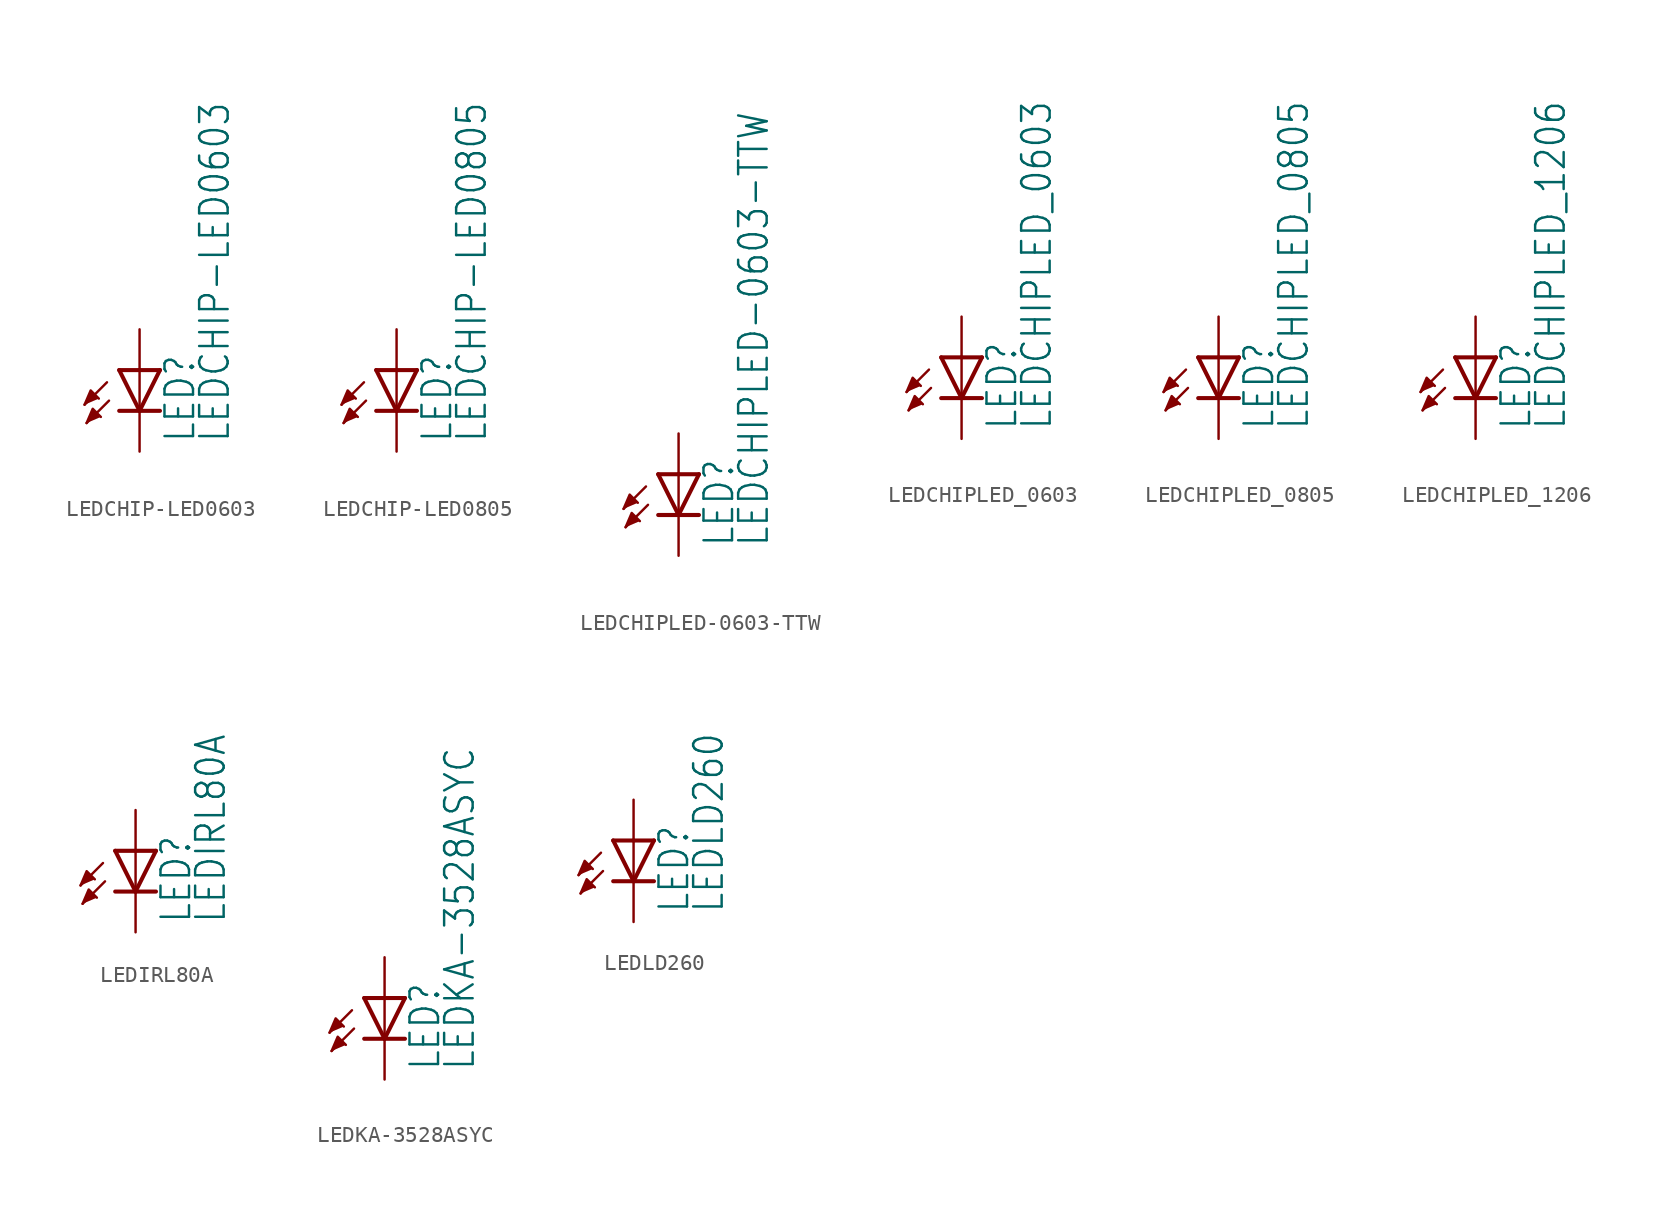
<source format=kicad_sym>
(kicad_symbol_lib
  (version 20201005)
  (generator kicad_symbol_editor)
  (symbol "LEDCHIP-LED0603"
    (property "Reference" "LED"
      (at 3.556 -4.572 90)
      (effects (font (size 1.778 1.511)) (justify left bottom)))
    (property "Value" "LEDCHIP-LED0603"
      (at 5.715 -4.572 90)
      (effects (font (size 1.778 1.511)) (justify left bottom)))
    (property "ki_locked" ""
      (at 0 0 0)
      (effects (font (size 1.27 1.27))))
    (symbol "LEDCHIP-LED0603_1_0"
      (polyline (pts (xy 1.27 0) (xy 0 -2.54)) (stroke (width 0.254)) (fill (type none)))
      (polyline (pts (xy 0 -2.54) (xy -1.27 0)) (stroke (width 0.254)) (fill (type none)))
      (polyline (pts (xy 1.27 -2.54) (xy 0 -2.54)) (stroke (width 0.254)) (fill (type none)))
      (polyline (pts (xy 0 -2.54) (xy -1.27 -2.54)) (stroke (width 0.254)) (fill (type none)))
      (polyline (pts (xy 1.27 0) (xy 0 0)) (stroke (width 0.254)) (fill (type none)))
      (polyline (pts (xy 0 0) (xy -1.27 0)) (stroke (width 0.254)) (fill (type none)))
      (polyline (pts (xy 0 0) (xy 0 -2.54)) (stroke (width 0.152)) (fill (type none)))
      (polyline (pts (xy -2.032 -0.762) (xy -3.429 -2.159)) (stroke (width 0.152)) (fill (type none)))
      (polyline (pts (xy -1.905 -1.905) (xy -3.302 -3.302)) (stroke (width 0.152)) (fill (type none)))
      (polyline (pts (xy -3.429 -2.159) (xy -3.048 -1.27) (xy -2.54 -1.778)) (stroke (width 0)) (fill (type outline)))
      (polyline (pts (xy -3.302 -3.302) (xy -2.921 -2.413) (xy -2.413 -2.921)) (stroke (width 0)) (fill (type outline)))
      (pin passive line (at 0 -5.08 90) (length 2.54) (name "C" (effects (font (size 0 0)))) (number "C" (effects (font (size 0 0)))))
      (pin passive line (at 0 2.54 270) (length 2.54) (name "A" (effects (font (size 0 0)))) (number "A" (effects (font (size 0 0)))))))
  (symbol "LEDCHIP-LED0805"
    (property "Reference" "LED"
      (at 3.556 -4.572 90)
      (effects (font (size 1.778 1.511)) (justify left bottom)))
    (property "Value" "LEDCHIP-LED0805"
      (at 5.715 -4.572 90)
      (effects (font (size 1.778 1.511)) (justify left bottom)))
    (property "ki_locked" ""
      (at 0 0 0)
      (effects (font (size 1.27 1.27))))
    (symbol "LEDCHIP-LED0805_1_0"
      (polyline (pts (xy 1.27 0) (xy 0 -2.54)) (stroke (width 0.254)) (fill (type none)))
      (polyline (pts (xy 0 -2.54) (xy -1.27 0)) (stroke (width 0.254)) (fill (type none)))
      (polyline (pts (xy 1.27 -2.54) (xy 0 -2.54)) (stroke (width 0.254)) (fill (type none)))
      (polyline (pts (xy 0 -2.54) (xy -1.27 -2.54)) (stroke (width 0.254)) (fill (type none)))
      (polyline (pts (xy 1.27 0) (xy 0 0)) (stroke (width 0.254)) (fill (type none)))
      (polyline (pts (xy 0 0) (xy -1.27 0)) (stroke (width 0.254)) (fill (type none)))
      (polyline (pts (xy 0 0) (xy 0 -2.54)) (stroke (width 0.152)) (fill (type none)))
      (polyline (pts (xy -2.032 -0.762) (xy -3.429 -2.159)) (stroke (width 0.152)) (fill (type none)))
      (polyline (pts (xy -1.905 -1.905) (xy -3.302 -3.302)) (stroke (width 0.152)) (fill (type none)))
      (polyline (pts (xy -3.429 -2.159) (xy -3.048 -1.27) (xy -2.54 -1.778)) (stroke (width 0)) (fill (type outline)))
      (polyline (pts (xy -3.302 -3.302) (xy -2.921 -2.413) (xy -2.413 -2.921)) (stroke (width 0)) (fill (type outline)))
      (pin passive line (at 0 -5.08 90) (length 2.54) (name "C" (effects (font (size 0 0)))) (number "C" (effects (font (size 0 0)))))
      (pin passive line (at 0 2.54 270) (length 2.54) (name "A" (effects (font (size 0 0)))) (number "A" (effects (font (size 0 0)))))))
  (symbol "LEDCHIPLED-0603-TTW"
    (property "Reference" "LED"
      (at 3.556 -4.572 90)
      (effects (font (size 1.778 1.511)) (justify left bottom)))
    (property "Value" "LEDCHIPLED-0603-TTW"
      (at 5.715 -4.572 90)
      (effects (font (size 1.778 1.511)) (justify left bottom)))
    (property "ki_locked" ""
      (at 0 0 0)
      (effects (font (size 1.27 1.27))))
    (symbol "LEDCHIPLED-0603-TTW_1_0"
      (polyline (pts (xy 1.27 0) (xy 0 -2.54)) (stroke (width 0.254)) (fill (type none)))
      (polyline (pts (xy 0 -2.54) (xy -1.27 0)) (stroke (width 0.254)) (fill (type none)))
      (polyline (pts (xy 1.27 -2.54) (xy 0 -2.54)) (stroke (width 0.254)) (fill (type none)))
      (polyline (pts (xy 0 -2.54) (xy -1.27 -2.54)) (stroke (width 0.254)) (fill (type none)))
      (polyline (pts (xy 1.27 0) (xy 0 0)) (stroke (width 0.254)) (fill (type none)))
      (polyline (pts (xy 0 0) (xy -1.27 0)) (stroke (width 0.254)) (fill (type none)))
      (polyline (pts (xy 0 0) (xy 0 -2.54)) (stroke (width 0.152)) (fill (type none)))
      (polyline (pts (xy -2.032 -0.762) (xy -3.429 -2.159)) (stroke (width 0.152)) (fill (type none)))
      (polyline (pts (xy -1.905 -1.905) (xy -3.302 -3.302)) (stroke (width 0.152)) (fill (type none)))
      (polyline (pts (xy -3.429 -2.159) (xy -3.048 -1.27) (xy -2.54 -1.778)) (stroke (width 0)) (fill (type outline)))
      (polyline (pts (xy -3.302 -3.302) (xy -2.921 -2.413) (xy -2.413 -2.921)) (stroke (width 0)) (fill (type outline)))
      (pin passive line (at 0 -5.08 90) (length 2.54) (name "C" (effects (font (size 0 0)))) (number "C@1" (effects (font (size 0 0)))))
      (pin passive line (at 0 2.54 270) (length 2.54) (name "A" (effects (font (size 0 0)))) (number "A@1" (effects (font (size 0 0)))))))
  (symbol "LEDCHIPLED_0603"
    (property "Reference" "LED"
      (at 3.556 -4.572 90)
      (effects (font (size 1.778 1.511)) (justify left bottom)))
    (property "Value" "LEDCHIPLED_0603"
      (at 5.715 -4.572 90)
      (effects (font (size 1.778 1.511)) (justify left bottom)))
    (property "ki_locked" ""
      (at 0 0 0)
      (effects (font (size 1.27 1.27))))
    (symbol "LEDCHIPLED_0603_1_0"
      (polyline (pts (xy 1.27 0) (xy 0 -2.54)) (stroke (width 0.254)) (fill (type none)))
      (polyline (pts (xy 0 -2.54) (xy -1.27 0)) (stroke (width 0.254)) (fill (type none)))
      (polyline (pts (xy 1.27 -2.54) (xy 0 -2.54)) (stroke (width 0.254)) (fill (type none)))
      (polyline (pts (xy 0 -2.54) (xy -1.27 -2.54)) (stroke (width 0.254)) (fill (type none)))
      (polyline (pts (xy 1.27 0) (xy 0 0)) (stroke (width 0.254)) (fill (type none)))
      (polyline (pts (xy 0 0) (xy -1.27 0)) (stroke (width 0.254)) (fill (type none)))
      (polyline (pts (xy 0 0) (xy 0 -2.54)) (stroke (width 0.152)) (fill (type none)))
      (polyline (pts (xy -2.032 -0.762) (xy -3.429 -2.159)) (stroke (width 0.152)) (fill (type none)))
      (polyline (pts (xy -1.905 -1.905) (xy -3.302 -3.302)) (stroke (width 0.152)) (fill (type none)))
      (polyline (pts (xy -3.429 -2.159) (xy -3.048 -1.27) (xy -2.54 -1.778)) (stroke (width 0)) (fill (type outline)))
      (polyline (pts (xy -3.302 -3.302) (xy -2.921 -2.413) (xy -2.413 -2.921)) (stroke (width 0)) (fill (type outline)))
      (pin passive line (at 0 -5.08 90) (length 2.54) (name "C" (effects (font (size 0 0)))) (number "C" (effects (font (size 0 0)))))
      (pin passive line (at 0 2.54 270) (length 2.54) (name "A" (effects (font (size 0 0)))) (number "A" (effects (font (size 0 0)))))))
  (symbol "LEDCHIPLED_0805"
    (property "Reference" "LED"
      (at 3.556 -4.572 90)
      (effects (font (size 1.778 1.511)) (justify left bottom)))
    (property "Value" "LEDCHIPLED_0805"
      (at 5.715 -4.572 90)
      (effects (font (size 1.778 1.511)) (justify left bottom)))
    (property "ki_locked" ""
      (at 0 0 0)
      (effects (font (size 1.27 1.27))))
    (symbol "LEDCHIPLED_0805_1_0"
      (polyline (pts (xy 1.27 0) (xy 0 -2.54)) (stroke (width 0.254)) (fill (type none)))
      (polyline (pts (xy 0 -2.54) (xy -1.27 0)) (stroke (width 0.254)) (fill (type none)))
      (polyline (pts (xy 1.27 -2.54) (xy 0 -2.54)) (stroke (width 0.254)) (fill (type none)))
      (polyline (pts (xy 0 -2.54) (xy -1.27 -2.54)) (stroke (width 0.254)) (fill (type none)))
      (polyline (pts (xy 1.27 0) (xy 0 0)) (stroke (width 0.254)) (fill (type none)))
      (polyline (pts (xy 0 0) (xy -1.27 0)) (stroke (width 0.254)) (fill (type none)))
      (polyline (pts (xy 0 0) (xy 0 -2.54)) (stroke (width 0.152)) (fill (type none)))
      (polyline (pts (xy -2.032 -0.762) (xy -3.429 -2.159)) (stroke (width 0.152)) (fill (type none)))
      (polyline (pts (xy -1.905 -1.905) (xy -3.302 -3.302)) (stroke (width 0.152)) (fill (type none)))
      (polyline (pts (xy -3.429 -2.159) (xy -3.048 -1.27) (xy -2.54 -1.778)) (stroke (width 0)) (fill (type outline)))
      (polyline (pts (xy -3.302 -3.302) (xy -2.921 -2.413) (xy -2.413 -2.921)) (stroke (width 0)) (fill (type outline)))
      (pin passive line (at 0 -5.08 90) (length 2.54) (name "C" (effects (font (size 0 0)))) (number "C" (effects (font (size 0 0)))))
      (pin passive line (at 0 2.54 270) (length 2.54) (name "A" (effects (font (size 0 0)))) (number "A" (effects (font (size 0 0)))))))
  (symbol "LEDCHIPLED_1206"
    (property "Reference" "LED"
      (at 3.556 -4.572 90)
      (effects (font (size 1.778 1.511)) (justify left bottom)))
    (property "Value" "LEDCHIPLED_1206"
      (at 5.715 -4.572 90)
      (effects (font (size 1.778 1.511)) (justify left bottom)))
    (property "ki_locked" ""
      (at 0 0 0)
      (effects (font (size 1.27 1.27))))
    (symbol "LEDCHIPLED_1206_1_0"
      (polyline (pts (xy 1.27 0) (xy 0 -2.54)) (stroke (width 0.254)) (fill (type none)))
      (polyline (pts (xy 0 -2.54) (xy -1.27 0)) (stroke (width 0.254)) (fill (type none)))
      (polyline (pts (xy 1.27 -2.54) (xy 0 -2.54)) (stroke (width 0.254)) (fill (type none)))
      (polyline (pts (xy 0 -2.54) (xy -1.27 -2.54)) (stroke (width 0.254)) (fill (type none)))
      (polyline (pts (xy 1.27 0) (xy 0 0)) (stroke (width 0.254)) (fill (type none)))
      (polyline (pts (xy 0 0) (xy -1.27 0)) (stroke (width 0.254)) (fill (type none)))
      (polyline (pts (xy 0 0) (xy 0 -2.54)) (stroke (width 0.152)) (fill (type none)))
      (polyline (pts (xy -2.032 -0.762) (xy -3.429 -2.159)) (stroke (width 0.152)) (fill (type none)))
      (polyline (pts (xy -1.905 -1.905) (xy -3.302 -3.302)) (stroke (width 0.152)) (fill (type none)))
      (polyline (pts (xy -3.429 -2.159) (xy -3.048 -1.27) (xy -2.54 -1.778)) (stroke (width 0)) (fill (type outline)))
      (polyline (pts (xy -3.302 -3.302) (xy -2.921 -2.413) (xy -2.413 -2.921)) (stroke (width 0)) (fill (type outline)))
      (pin passive line (at 0 -5.08 90) (length 2.54) (name "C" (effects (font (size 0 0)))) (number "C" (effects (font (size 0 0)))))
      (pin passive line (at 0 2.54 270) (length 2.54) (name "A" (effects (font (size 0 0)))) (number "A" (effects (font (size 0 0)))))))
  (symbol "LEDIRL80A"
    (property "Reference" "LED"
      (at 3.556 -4.572 90)
      (effects (font (size 1.778 1.511)) (justify left bottom)))
    (property "Value" "LEDIRL80A"
      (at 5.715 -4.572 90)
      (effects (font (size 1.778 1.511)) (justify left bottom)))
    (property "ki_locked" ""
      (at 0 0 0)
      (effects (font (size 1.27 1.27))))
    (symbol "LEDIRL80A_1_0"
      (polyline (pts (xy 1.27 0) (xy 0 -2.54)) (stroke (width 0.254)) (fill (type none)))
      (polyline (pts (xy 0 -2.54) (xy -1.27 0)) (stroke (width 0.254)) (fill (type none)))
      (polyline (pts (xy 1.27 -2.54) (xy 0 -2.54)) (stroke (width 0.254)) (fill (type none)))
      (polyline (pts (xy 0 -2.54) (xy -1.27 -2.54)) (stroke (width 0.254)) (fill (type none)))
      (polyline (pts (xy 1.27 0) (xy 0 0)) (stroke (width 0.254)) (fill (type none)))
      (polyline (pts (xy 0 0) (xy -1.27 0)) (stroke (width 0.254)) (fill (type none)))
      (polyline (pts (xy 0 0) (xy 0 -2.54)) (stroke (width 0.152)) (fill (type none)))
      (polyline (pts (xy -2.032 -0.762) (xy -3.429 -2.159)) (stroke (width 0.152)) (fill (type none)))
      (polyline (pts (xy -1.905 -1.905) (xy -3.302 -3.302)) (stroke (width 0.152)) (fill (type none)))
      (polyline (pts (xy -3.429 -2.159) (xy -3.048 -1.27) (xy -2.54 -1.778)) (stroke (width 0)) (fill (type outline)))
      (polyline (pts (xy -3.302 -3.302) (xy -2.921 -2.413) (xy -2.413 -2.921)) (stroke (width 0)) (fill (type outline)))
      (pin passive line (at 0 -5.08 90) (length 2.54) (name "C" (effects (font (size 0 0)))) (number "K" (effects (font (size 0 0)))))
      (pin passive line (at 0 2.54 270) (length 2.54) (name "A" (effects (font (size 0 0)))) (number "A" (effects (font (size 0 0)))))))
  (symbol "LEDKA-3528ASYC"
    (property "Reference" "LED"
      (at 3.556 -4.572 90)
      (effects (font (size 1.778 1.511)) (justify left bottom)))
    (property "Value" "LEDKA-3528ASYC"
      (at 5.715 -4.572 90)
      (effects (font (size 1.778 1.511)) (justify left bottom)))
    (property "ki_locked" ""
      (at 0 0 0)
      (effects (font (size 1.27 1.27))))
    (symbol "LEDKA-3528ASYC_1_0"
      (polyline (pts (xy 1.27 0) (xy 0 -2.54)) (stroke (width 0.254)) (fill (type none)))
      (polyline (pts (xy 0 -2.54) (xy -1.27 0)) (stroke (width 0.254)) (fill (type none)))
      (polyline (pts (xy 1.27 -2.54) (xy 0 -2.54)) (stroke (width 0.254)) (fill (type none)))
      (polyline (pts (xy 0 -2.54) (xy -1.27 -2.54)) (stroke (width 0.254)) (fill (type none)))
      (polyline (pts (xy 1.27 0) (xy 0 0)) (stroke (width 0.254)) (fill (type none)))
      (polyline (pts (xy 0 0) (xy -1.27 0)) (stroke (width 0.254)) (fill (type none)))
      (polyline (pts (xy 0 0) (xy 0 -2.54)) (stroke (width 0.152)) (fill (type none)))
      (polyline (pts (xy -2.032 -0.762) (xy -3.429 -2.159)) (stroke (width 0.152)) (fill (type none)))
      (polyline (pts (xy -1.905 -1.905) (xy -3.302 -3.302)) (stroke (width 0.152)) (fill (type none)))
      (polyline (pts (xy -3.429 -2.159) (xy -3.048 -1.27) (xy -2.54 -1.778)) (stroke (width 0)) (fill (type outline)))
      (polyline (pts (xy -3.302 -3.302) (xy -2.921 -2.413) (xy -2.413 -2.921)) (stroke (width 0)) (fill (type outline)))
      (pin passive line (at 0 -5.08 90) (length 2.54) (name "C" (effects (font (size 0 0)))) (number "C" (effects (font (size 0 0)))))
      (pin passive line (at 0 2.54 270) (length 2.54) (name "A" (effects (font (size 0 0)))) (number "A" (effects (font (size 0 0)))))))
  (symbol "LEDLD260"
    (property "Reference" "LED"
      (at 3.556 -4.572 90)
      (effects (font (size 1.778 1.511)) (justify left bottom)))
    (property "Value" "LEDLD260"
      (at 5.715 -4.572 90)
      (effects (font (size 1.778 1.511)) (justify left bottom)))
    (property "ki_locked" ""
      (at 0 0 0)
      (effects (font (size 1.27 1.27))))
    (symbol "LEDLD260_1_0"
      (polyline (pts (xy 1.27 0) (xy 0 -2.54)) (stroke (width 0.254)) (fill (type none)))
      (polyline (pts (xy 0 -2.54) (xy -1.27 0)) (stroke (width 0.254)) (fill (type none)))
      (polyline (pts (xy 1.27 -2.54) (xy 0 -2.54)) (stroke (width 0.254)) (fill (type none)))
      (polyline (pts (xy 0 -2.54) (xy -1.27 -2.54)) (stroke (width 0.254)) (fill (type none)))
      (polyline (pts (xy 1.27 0) (xy 0 0)) (stroke (width 0.254)) (fill (type none)))
      (polyline (pts (xy 0 0) (xy -1.27 0)) (stroke (width 0.254)) (fill (type none)))
      (polyline (pts (xy 0 0) (xy 0 -2.54)) (stroke (width 0.152)) (fill (type none)))
      (polyline (pts (xy -2.032 -0.762) (xy -3.429 -2.159)) (stroke (width 0.152)) (fill (type none)))
      (polyline (pts (xy -1.905 -1.905) (xy -3.302 -3.302)) (stroke (width 0.152)) (fill (type none)))
      (polyline (pts (xy -3.429 -2.159) (xy -3.048 -1.27) (xy -2.54 -1.778)) (stroke (width 0)) (fill (type outline)))
      (polyline (pts (xy -3.302 -3.302) (xy -2.921 -2.413) (xy -2.413 -2.921)) (stroke (width 0)) (fill (type outline)))
      (pin passive line (at 0 -5.08 90) (length 2.54) (name "C" (effects (font (size 0 0)))) (number "K" (effects (font (size 0 0)))))
      (pin passive line (at 0 2.54 270) (length 2.54) (name "A" (effects (font (size 0 0)))) (number "A" (effects (font (size 0 0))))))))
</source>
